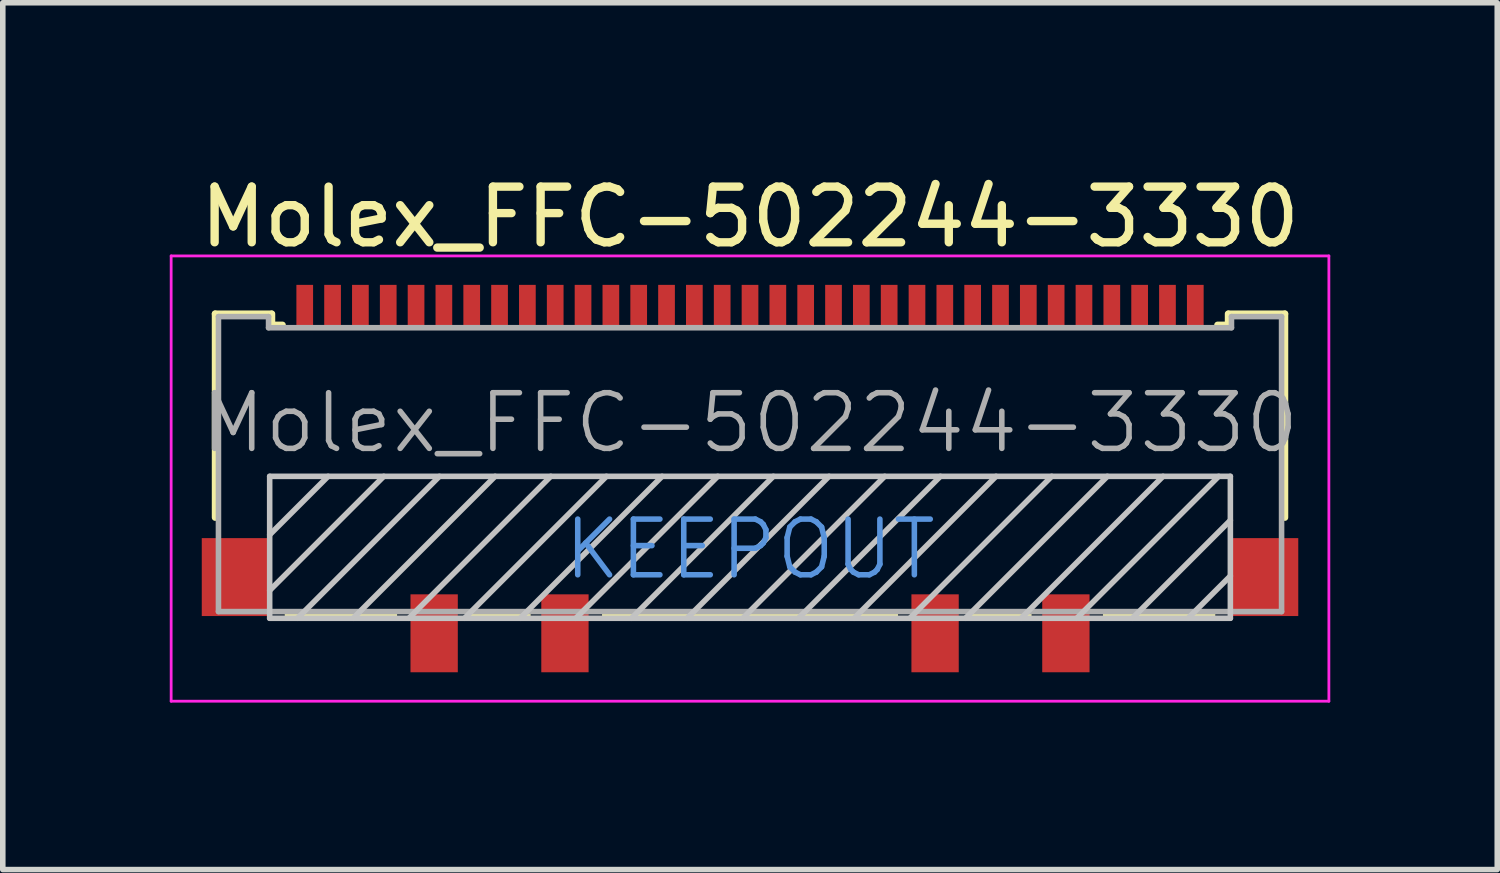
<source format=kicad_pcb>
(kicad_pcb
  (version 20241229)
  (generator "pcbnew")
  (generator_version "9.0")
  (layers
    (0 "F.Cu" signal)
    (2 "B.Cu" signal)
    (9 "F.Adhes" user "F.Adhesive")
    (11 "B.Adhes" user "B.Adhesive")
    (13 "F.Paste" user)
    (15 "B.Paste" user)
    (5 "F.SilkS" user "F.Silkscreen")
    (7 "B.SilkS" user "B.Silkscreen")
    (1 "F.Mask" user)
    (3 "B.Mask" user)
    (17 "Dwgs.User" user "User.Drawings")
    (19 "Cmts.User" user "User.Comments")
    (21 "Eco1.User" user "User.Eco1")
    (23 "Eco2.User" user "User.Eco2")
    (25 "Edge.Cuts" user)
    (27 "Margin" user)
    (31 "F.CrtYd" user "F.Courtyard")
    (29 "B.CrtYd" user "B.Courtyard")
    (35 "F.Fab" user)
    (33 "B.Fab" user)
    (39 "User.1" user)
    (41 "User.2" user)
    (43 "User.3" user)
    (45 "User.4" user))
  (footprint "Molex_FFC-502244-3330"
    (layer "F.Cu")
    (at 10.425 5.548)
    (property "Reference" "Molex_FFC-502244-3330" (at 0 -4.7 0) (layer "F.SilkS") (effects (font (size 1 1) (thickness 0.15))))
    (attr smd)
    (fp_line (start -9.61 -2.96) (end -8.6 -2.96) (stroke (width 0.12) (type solid)) (layer "F.SilkS"))
    (fp_line (start -9.61 0.7) (end -9.61 -2.96) (stroke (width 0.12) (type solid)) (layer "F.SilkS"))
    (fp_line (start -8.59 -2.76) (end -8.59 -2.96) (stroke (width 0.12) (type solid)) (layer "F.SilkS"))
    (fp_line (start -8.59 -2.76) (end -8.4 -2.76) (stroke (width 0.12) (type solid)) (layer "F.SilkS"))
    (fp_line (start -8.3 2.45) (end -6.4 2.45) (stroke (width 0.12) (type solid)) (layer "F.SilkS"))
    (fp_line (start -4 2.45) (end -5 2.45) (stroke (width 0.12) (type solid)) (layer "F.SilkS"))
    (fp_line (start -2.6 2.45) (end 2.6 2.45) (stroke (width 0.12) (type solid)) (layer "F.SilkS"))
    (fp_line (start 4 2.45) (end 5 2.45) (stroke (width 0.12) (type solid)) (layer "F.SilkS"))
    (fp_line (start 6.4 2.45) (end 8.3 2.45) (stroke (width 0.12) (type solid)) (layer "F.SilkS"))
    (fp_line (start 8.59 -2.96) (end 8.59 -2.76) (stroke (width 0.12) (type solid)) (layer "F.SilkS"))
    (fp_line (start 8.59 -2.76) (end 8.4 -2.76) (stroke (width 0.12) (type solid)) (layer "F.SilkS"))
    (fp_line (start 8.6 -2.96) (end 9.61 -2.96) (stroke (width 0.12) (type solid)) (layer "F.SilkS"))
    (fp_line (start 9.61 -2.96) (end 9.61 0.7) (stroke (width 0.12) (type solid)) (layer "F.SilkS"))
    (fp_line (start -8.63 -0.04) (end -8.63 2.51) (stroke (width 0.1) (type solid)) (layer "Dwgs.User"))
    (fp_line (start -8.63 1.01) (end -7.58 -0.04) (stroke (width 0.1) (type solid)) (layer "Dwgs.User"))
    (fp_line (start -8.63 2.01) (end -6.58 -0.04) (stroke (width 0.1) (type solid)) (layer "Dwgs.User"))
    (fp_line (start -8.63 2.51) (end 8.63 2.51) (stroke (width 0.1) (type solid)) (layer "Dwgs.User"))
    (fp_line (start -8.13 2.51) (end -5.58 -0.04) (stroke (width 0.1) (type solid)) (layer "Dwgs.User"))
    (fp_line (start -7.13 2.51) (end -4.58 -0.04) (stroke (width 0.1) (type solid)) (layer "Dwgs.User"))
    (fp_line (start -6.13 2.51) (end -3.58 -0.04) (stroke (width 0.1) (type solid)) (layer "Dwgs.User"))
    (fp_line (start -5.13 2.51) (end -2.58 -0.04) (stroke (width 0.1) (type solid)) (layer "Dwgs.User"))
    (fp_line (start -4.13 2.51) (end -1.58 -0.04) (stroke (width 0.1) (type solid)) (layer "Dwgs.User"))
    (fp_line (start -3.13 2.51) (end -0.58 -0.04) (stroke (width 0.1) (type solid)) (layer "Dwgs.User"))
    (fp_line (start -2.13 2.51) (end 0.42 -0.04) (stroke (width 0.1) (type solid)) (layer "Dwgs.User"))
    (fp_line (start -1.13 2.51) (end 1.42 -0.04) (stroke (width 0.1) (type solid)) (layer "Dwgs.User"))
    (fp_line (start -0.13 2.51) (end 2.42 -0.04) (stroke (width 0.1) (type solid)) (layer "Dwgs.User"))
    (fp_line (start 0.87 2.51) (end 3.42 -0.04) (stroke (width 0.1) (type solid)) (layer "Dwgs.User"))
    (fp_line (start 1.87 2.51) (end 4.42 -0.04) (stroke (width 0.1) (type solid)) (layer "Dwgs.User"))
    (fp_line (start 2.87 2.51) (end 5.42 -0.04) (stroke (width 0.1) (type solid)) (layer "Dwgs.User"))
    (fp_line (start 3.87 2.51) (end 6.42 -0.04) (stroke (width 0.1) (type solid)) (layer "Dwgs.User"))
    (fp_line (start 4.87 2.51) (end 7.42 -0.04) (stroke (width 0.1) (type solid)) (layer "Dwgs.User"))
    (fp_line (start 5.87 2.51) (end 8.42 -0.04) (stroke (width 0.1) (type solid)) (layer "Dwgs.User"))
    (fp_line (start 6.87 2.51) (end 8.63 0.75) (stroke (width 0.1) (type solid)) (layer "Dwgs.User"))
    (fp_line (start 7.87 2.51) (end 8.63 1.75) (stroke (width 0.1) (type solid)) (layer "Dwgs.User"))
    (fp_line (start 8.63 -0.04) (end -8.63 -0.04) (stroke (width 0.1) (type solid)) (layer "Dwgs.User"))
    (fp_line (start 8.63 -0.04) (end 8.63 2.51) (stroke (width 0.1) (type solid)) (layer "Dwgs.User"))
    (fp_line (start -10.4 -4) (end 10.4 -4) (stroke (width 0.05) (type solid)) (layer "F.CrtYd"))
    (fp_line (start -10.4 4) (end -10.4 -4) (stroke (width 0.05) (type solid)) (layer "F.CrtYd"))
    (fp_line (start 10.4 -4) (end 10.4 4) (stroke (width 0.05) (type solid)) (layer "F.CrtYd"))
    (fp_line (start 10.4 4) (end -10.4 4) (stroke (width 0.05) (type solid)) (layer "F.CrtYd"))
    (fp_line (start -9.55 -2.91) (end -9.55 2.39) (stroke (width 0.1) (type solid)) (layer "F.Fab"))
    (fp_line (start -9.55 2.39) (end 9.55 2.39) (stroke (width 0.1) (type solid)) (layer "F.Fab"))
    (fp_line (start -8.65 -2.91) (end -9.55 -2.91) (stroke (width 0.1) (type solid)) (layer "F.Fab"))
    (fp_line (start -8.65 -2.71) (end -8.65 -2.91) (stroke (width 0.1) (type solid)) (layer "F.Fab"))
    (fp_line (start 8.65 -2.91) (end 8.65 -2.71) (stroke (width 0.1) (type solid)) (layer "F.Fab"))
    (fp_line (start 8.65 -2.71) (end -8.65 -2.71) (stroke (width 0.1) (type solid)) (layer "F.Fab"))
    (fp_line (start 9.55 -2.91) (end 8.65 -2.91) (stroke (width 0.1) (type solid)) (layer "F.Fab"))
    (fp_line (start 9.55 -2.91) (end 9.55 2.39) (stroke (width 0.1) (type solid)) (layer "F.Fab"))
    (fp_text user "KEEPOUT" (at 0 1.271 0) (layer "Cmts.User") (effects (font (size 1 1) (thickness 0.1))))
    (fp_text user "${REFERENCE}" (at 0 -1 0) (layer "F.Fab") (effects (font (size 1 1) (thickness 0.1))))
    (pad "1" smd rect (at -8 -3.08) (size 0.3 0.8) (layers "F.Cu" "F.Mask" "F.Paste"))
    (pad "2" smd rect (at -7.5 -3.08) (size 0.3 0.8) (layers "F.Cu" "F.Mask" "F.Paste"))
    (pad "3" smd rect (at -7 -3.08) (size 0.3 0.8) (layers "F.Cu" "F.Mask" "F.Paste"))
    (pad "4" smd rect (at -6.5 -3.08) (size 0.3 0.8) (layers "F.Cu" "F.Mask" "F.Paste"))
    (pad "5" smd rect (at -6 -3.08) (size 0.3 0.8) (layers "F.Cu" "F.Mask" "F.Paste"))
    (pad "6" smd rect (at -5.5 -3.08) (size 0.3 0.8) (layers "F.Cu" "F.Mask" "F.Paste"))
    (pad "7" smd rect (at -5 -3.08) (size 0.3 0.8) (layers "F.Cu" "F.Mask" "F.Paste"))
    (pad "8" smd rect (at -4.5 -3.08) (size 0.3 0.8) (layers "F.Cu" "F.Mask" "F.Paste"))
    (pad "9" smd rect (at -4 -3.08) (size 0.3 0.8) (layers "F.Cu" "F.Mask" "F.Paste"))
    (pad "10" smd rect (at -3.5 -3.08) (size 0.3 0.8) (layers "F.Cu" "F.Mask" "F.Paste"))
    (pad "11" smd rect (at -3 -3.08) (size 0.3 0.8) (layers "F.Cu" "F.Mask" "F.Paste"))
    (pad "12" smd rect (at -2.5 -3.08) (size 0.3 0.8) (layers "F.Cu" "F.Mask" "F.Paste"))
    (pad "13" smd rect (at -2 -3.08) (size 0.3 0.8) (layers "F.Cu" "F.Mask" "F.Paste"))
    (pad "14" smd rect (at -1.5 -3.08) (size 0.3 0.8) (layers "F.Cu" "F.Mask" "F.Paste"))
    (pad "15" smd rect (at -1 -3.08) (size 0.3 0.8) (layers "F.Cu" "F.Mask" "F.Paste"))
    (pad "16" smd rect (at -0.5 -3.08) (size 0.3 0.8) (layers "F.Cu" "F.Mask" "F.Paste"))
    (pad "17" smd rect (at 0 -3.08) (size 0.3 0.8) (layers "F.Cu" "F.Mask" "F.Paste"))
    (pad "18" smd rect (at 0.5 -3.08) (size 0.3 0.8) (layers "F.Cu" "F.Mask" "F.Paste"))
    (pad "19" smd rect (at 1 -3.08) (size 0.3 0.8) (layers "F.Cu" "F.Mask" "F.Paste"))
    (pad "20" smd rect (at 1.5 -3.08) (size 0.3 0.8) (layers "F.Cu" "F.Mask" "F.Paste"))
    (pad "21" smd rect (at 2 -3.08) (size 0.3 0.8) (layers "F.Cu" "F.Mask" "F.Paste"))
    (pad "22" smd rect (at 2.5 -3.08) (size 0.3 0.8) (layers "F.Cu" "F.Mask" "F.Paste"))
    (pad "23" smd rect (at 3 -3.08) (size 0.3 0.8) (layers "F.Cu" "F.Mask" "F.Paste"))
    (pad "24" smd rect (at 3.5 -3.08) (size 0.3 0.8) (layers "F.Cu" "F.Mask" "F.Paste"))
    (pad "25" smd rect (at 4 -3.08) (size 0.3 0.8) (layers "F.Cu" "F.Mask" "F.Paste"))
    (pad "26" smd rect (at 4.5 -3.08) (size 0.3 0.8) (layers "F.Cu" "F.Mask" "F.Paste"))
    (pad "27" smd rect (at 5 -3.08) (size 0.3 0.8) (layers "F.Cu" "F.Mask" "F.Paste"))
    (pad "28" smd rect (at 5.5 -3.08) (size 0.3 0.8) (layers "F.Cu" "F.Mask" "F.Paste"))
    (pad "29" smd rect (at 6 -3.08) (size 0.3 0.8) (layers "F.Cu" "F.Mask" "F.Paste"))
    (pad "30" smd rect (at 6.5 -3.08) (size 0.3 0.8) (layers "F.Cu" "F.Mask" "F.Paste"))
    (pad "31" smd rect (at 7 -3.08) (size 0.3 0.8) (layers "F.Cu" "F.Mask" "F.Paste"))
    (pad "32" smd rect (at 7.5 -3.08) (size 0.3 0.8) (layers "F.Cu" "F.Mask" "F.Paste"))
    (pad "33" smd rect (at 8 -3.08) (size 0.3 0.8) (layers "F.Cu" "F.Mask" "F.Paste"))
    (pad "34" smd rect (at -9.24 1.77) (size 1.22 1.4) (layers "F.Cu" "F.Mask" "F.Paste"))
    (pad "34" smd rect (at -5.675 2.78) (size 0.85 1.4) (layers "F.Cu" "F.Mask" "F.Paste"))
    (pad "34" smd rect (at -3.325 2.78) (size 0.85 1.4) (layers "F.Cu" "F.Mask" "F.Paste"))
    (pad "34" smd rect (at 3.325 2.78) (size 0.85 1.4) (layers "F.Cu" "F.Mask" "F.Paste"))
    (pad "34" smd rect (at 5.675 2.78) (size 0.85 1.4) (layers "F.Cu" "F.Mask" "F.Paste"))
    (pad "34" smd rect (at 9.24 1.77) (size 1.22 1.4) (layers "F.Cu" "F.Mask" "F.Paste")))
  (gr_rect
    (start -3 -3)
    (end 23.85 12.573)
    (stroke (width 0.1) (type default))
    (fill no)
    (layer "Edge.Cuts")))
</source>
